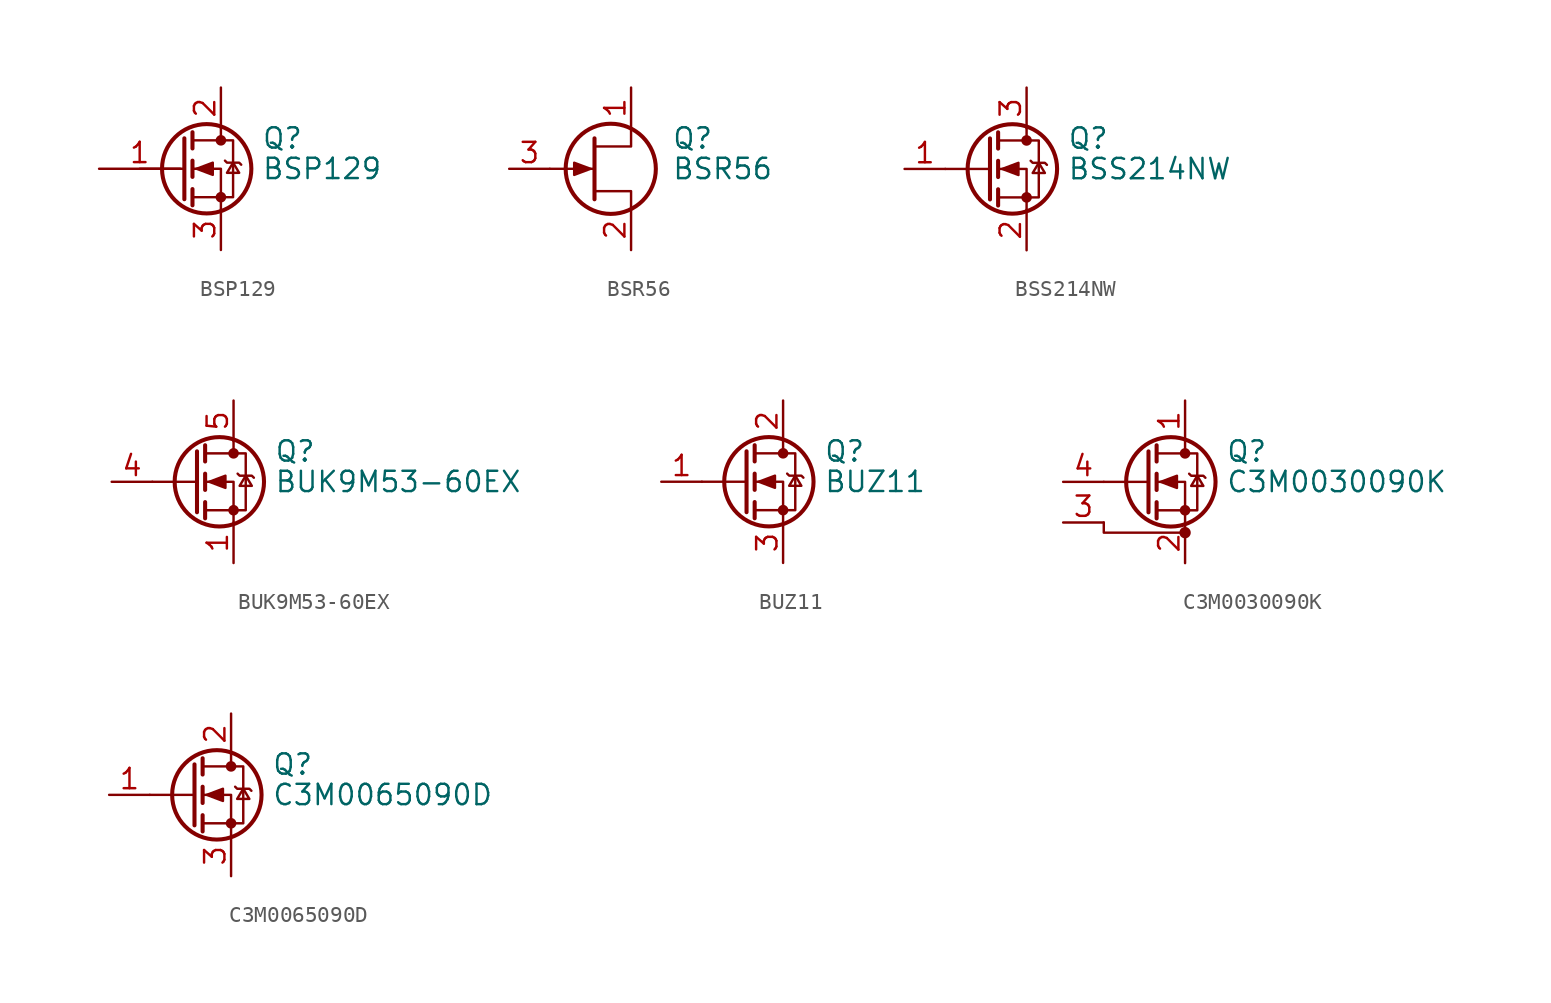
<source format=kicad_sym>
(kicad_symbol_lib
  (version 20241209)
  (generator "kicad_symbol_editor")
  (generator_version "9.0")
  (symbol "BSP129"
    (pin_names
      (hide yes))
    (property "Reference" "Q"
      (at 5.08 1.905 0)
      (effects (font (size 1.27 1.27)) (justify left)))
    (property "Value" "BSP129"
      (at 5.08 0 0)
      (effects (font (size 1.27 1.27)) (justify left)))
    (symbol "BSP129_0_1"
      (polyline (pts (xy 0.254 1.905) (xy 0.254 -1.905)) (stroke (width 0.254) (type default)) (fill (type none)))
      (polyline (pts (xy 0.254 0) (xy -2.54 0)) (stroke (width 0) (type default)) (fill (type none)))
      (polyline (pts (xy 0.762 2.286) (xy 0.762 1.27)) (stroke (width 0.254) (type default)) (fill (type none)))
      (polyline (pts (xy 0.762 0.508) (xy 0.762 -0.508)) (stroke (width 0.254) (type default)) (fill (type none)))
      (polyline (pts (xy 0.762 -1.27) (xy 0.762 -2.286)) (stroke (width 0.254) (type default)) (fill (type none)))
      (polyline (pts (xy 0.762 -1.778) (xy 3.302 -1.778) (xy 3.302 1.778) (xy 0.762 1.778)) (stroke (width 0) (type default)) (fill (type none)))
      (polyline (pts (xy 1.016 0) (xy 2.032 0.381) (xy 2.032 -0.381) (xy 1.016 0)) (stroke (width 0) (type default)) (fill (type outline)))
      (circle (center 1.651 0) (radius 2.794) (stroke (width 0.254) (type default)) (fill (type none)))
      (polyline (pts (xy 2.54 2.54) (xy 2.54 1.778)) (stroke (width 0) (type default)) (fill (type none)))
      (circle (center 2.54 1.778) (radius 0.254) (stroke (width 0) (type default)) (fill (type outline)))
      (circle (center 2.54 -1.778) (radius 0.254) (stroke (width 0) (type default)) (fill (type outline)))
      (polyline (pts (xy 2.54 -2.54) (xy 2.54 0) (xy 0.762 0)) (stroke (width 0) (type default)) (fill (type none)))
      (polyline (pts (xy 2.794 0.508) (xy 2.921 0.381) (xy 3.683 0.381) (xy 3.81 0.254)) (stroke (width 0) (type default)) (fill (type none)))
      (polyline (pts (xy 3.302 0.381) (xy 2.921 -0.254) (xy 3.683 -0.254) (xy 3.302 0.381)) (stroke (width 0) (type default)) (fill (type none))))
    (symbol "BSP129_1_1"
      (pin input line (at -5.08 0 0) (length 5.08) (name "G" (effects (font (size 1.27 1.27)))) (number "1" (effects (font (size 1.27 1.27)))))
      (pin passive line (at 2.54 5.08 270) (length 2.54) (name "D" (effects (font (size 1.27 1.27)))) (number "2" (effects (font (size 1.27 1.27)))))
      (pin passive line (at 2.54 -5.08 90) (length 2.54) (name "S" (effects (font (size 1.27 1.27)))) (number "3" (effects (font (size 1.27 1.27)))))))
  (symbol "BSR56"
    (pin_names
      (hide yes))
    (property "Reference" "Q"
      (at 5.08 1.905 0)
      (effects (font (size 1.27 1.27)) (justify left)))
    (property "Value" "BSR56"
      (at 5.08 0 0)
      (effects (font (size 1.27 1.27)) (justify left)))
    (symbol "BSR56_0_1"
      (polyline (pts (xy 0 0) (xy -1.016 0.381) (xy -1.016 -0.381) (xy 0 0)) (stroke (width 0) (type default)) (fill (type outline)))
      (polyline (pts (xy 0.254 1.905) (xy 0.254 -1.905)) (stroke (width 0.254) (type default)) (fill (type none)))
      (polyline (pts (xy 0.254 0) (xy -2.54 0)) (stroke (width 0) (type default)) (fill (type none)))
      (circle (center 1.27 0) (radius 2.819) (stroke (width 0.254) (type default)) (fill (type none)))
      (polyline (pts (xy 2.54 2.54) (xy 2.54 1.397) (xy 0.254 1.397)) (stroke (width 0) (type default)) (fill (type none)))
      (polyline (pts (xy 2.54 -2.54) (xy 2.54 -1.397) (xy 0.254 -1.397)) (stroke (width 0) (type default)) (fill (type none))))
    (symbol "BSR56_1_1"
      (pin input line (at -5.08 0 0) (length 2.54) (name "G" (effects (font (size 1.27 1.27)))) (number "3" (effects (font (size 1.27 1.27)))))
      (pin passive line (at 2.54 5.08 270) (length 2.54) (name "D" (effects (font (size 1.27 1.27)))) (number "1" (effects (font (size 1.27 1.27)))))
      (pin passive line (at 2.54 -5.08 90) (length 2.54) (name "S" (effects (font (size 1.27 1.27)))) (number "2" (effects (font (size 1.27 1.27)))))))
  (symbol "BSS214NW"
    (pin_names
      (hide yes))
    (property "Reference" "Q"
      (at 5.08 1.905 0)
      (effects (font (size 1.27 1.27)) (justify left)))
    (property "Value" "BSS214NW"
      (at 5.08 0 0)
      (effects (font (size 1.27 1.27)) (justify left)))
    (symbol "BSS214NW_0_1"
      (polyline (pts (xy 0.254 1.905) (xy 0.254 -1.905)) (stroke (width 0.254) (type default)) (fill (type none)))
      (polyline (pts (xy 0.254 0) (xy -2.54 0)) (stroke (width 0) (type default)) (fill (type none)))
      (polyline (pts (xy 0.762 2.286) (xy 0.762 1.27)) (stroke (width 0.254) (type default)) (fill (type none)))
      (polyline (pts (xy 0.762 0.508) (xy 0.762 -0.508)) (stroke (width 0.254) (type default)) (fill (type none)))
      (polyline (pts (xy 0.762 -1.27) (xy 0.762 -2.286)) (stroke (width 0.254) (type default)) (fill (type none)))
      (polyline (pts (xy 0.762 -1.778) (xy 3.302 -1.778) (xy 3.302 1.778) (xy 0.762 1.778)) (stroke (width 0) (type default)) (fill (type none)))
      (polyline (pts (xy 1.016 0) (xy 2.032 0.381) (xy 2.032 -0.381) (xy 1.016 0)) (stroke (width 0) (type default)) (fill (type outline)))
      (circle (center 1.651 0) (radius 2.794) (stroke (width 0.254) (type default)) (fill (type none)))
      (polyline (pts (xy 2.54 2.54) (xy 2.54 1.778)) (stroke (width 0) (type default)) (fill (type none)))
      (circle (center 2.54 1.778) (radius 0.254) (stroke (width 0) (type default)) (fill (type outline)))
      (circle (center 2.54 -1.778) (radius 0.254) (stroke (width 0) (type default)) (fill (type outline)))
      (polyline (pts (xy 2.54 -2.54) (xy 2.54 0) (xy 0.762 0)) (stroke (width 0) (type default)) (fill (type none)))
      (polyline (pts (xy 2.794 0.508) (xy 2.921 0.381) (xy 3.683 0.381) (xy 3.81 0.254)) (stroke (width 0) (type default)) (fill (type none)))
      (polyline (pts (xy 3.302 0.381) (xy 2.921 -0.254) (xy 3.683 -0.254) (xy 3.302 0.381)) (stroke (width 0) (type default)) (fill (type none))))
    (symbol "BSS214NW_1_1"
      (pin input line (at -5.08 0 0) (length 2.54) (name "G" (effects (font (size 1.27 1.27)))) (number "1" (effects (font (size 1.27 1.27)))))
      (pin passive line (at 2.54 5.08 270) (length 2.54) (name "D" (effects (font (size 1.27 1.27)))) (number "3" (effects (font (size 1.27 1.27)))))
      (pin passive line (at 2.54 -5.08 90) (length 2.54) (name "S" (effects (font (size 1.27 1.27)))) (number "2" (effects (font (size 1.27 1.27)))))))
  (symbol "BUK9M53-60EX"
    (pin_names
      (hide yes))
    (property "Reference" "Q"
      (at 5.08 1.905 0)
      (effects (font (size 1.27 1.27)) (justify left)))
    (property "Value" "BUK9M53-60EX"
      (at 5.08 0 0)
      (effects (font (size 1.27 1.27)) (justify left)))
    (symbol "BUK9M53-60EX_0_1"
      (polyline (pts (xy 0.254 1.905) (xy 0.254 -1.905)) (stroke (width 0.254) (type default)) (fill (type none)))
      (polyline (pts (xy 0.254 0) (xy -2.54 0)) (stroke (width 0) (type default)) (fill (type none)))
      (polyline (pts (xy 0.762 2.286) (xy 0.762 1.27)) (stroke (width 0.254) (type default)) (fill (type none)))
      (polyline (pts (xy 0.762 0.508) (xy 0.762 -0.508)) (stroke (width 0.254) (type default)) (fill (type none)))
      (polyline (pts (xy 0.762 -1.27) (xy 0.762 -2.286)) (stroke (width 0.254) (type default)) (fill (type none)))
      (polyline (pts (xy 0.762 -1.778) (xy 3.302 -1.778) (xy 3.302 1.778) (xy 0.762 1.778)) (stroke (width 0) (type default)) (fill (type none)))
      (polyline (pts (xy 1.016 0) (xy 2.032 0.381) (xy 2.032 -0.381) (xy 1.016 0)) (stroke (width 0) (type default)) (fill (type outline)))
      (circle (center 1.651 0) (radius 2.794) (stroke (width 0.254) (type default)) (fill (type none)))
      (polyline (pts (xy 2.54 2.54) (xy 2.54 1.778)) (stroke (width 0) (type default)) (fill (type none)))
      (circle (center 2.54 1.778) (radius 0.254) (stroke (width 0) (type default)) (fill (type outline)))
      (circle (center 2.54 -1.778) (radius 0.254) (stroke (width 0) (type default)) (fill (type outline)))
      (polyline (pts (xy 2.54 -2.54) (xy 2.54 0) (xy 0.762 0)) (stroke (width 0) (type default)) (fill (type none)))
      (polyline (pts (xy 2.794 0.508) (xy 2.921 0.381) (xy 3.683 0.381) (xy 3.81 0.254)) (stroke (width 0) (type default)) (fill (type none)))
      (polyline (pts (xy 3.302 0.381) (xy 2.921 -0.254) (xy 3.683 -0.254) (xy 3.302 0.381)) (stroke (width 0) (type default)) (fill (type none))))
    (symbol "BUK9M53-60EX_1_1"
      (pin passive line (at -5.08 0 0) (length 2.54) (name "G" (effects (font (size 1.27 1.27)))) (number "4" (effects (font (size 1.27 1.27)))))
      (pin passive line (at 2.54 5.08 270) (length 2.54) (name "D" (effects (font (size 1.27 1.27)))) (number "5" (effects (font (size 1.27 1.27)))))
      (pin passive line (at 2.54 -5.08 90) (length 2.54) (name "S" (effects (font (size 1.27 1.27)))) (number "1" (effects (font (size 1.27 1.27)))))
      (pin passive line (at 2.54 -5.08 90) (length 2.54) (hide yes) (name "S" (effects (font (size 1.27 1.27)))) (number "2" (effects (font (size 1.27 1.27)))))
      (pin passive line (at 2.54 -5.08 90) (length 2.54) (hide yes) (name "S" (effects (font (size 1.27 1.27)))) (number "3" (effects (font (size 1.27 1.27)))))))
  (symbol "BUZ11"
    (pin_names
      (hide yes))
    (property "Reference" "Q"
      (at 5.08 1.905 0)
      (effects (font (size 1.27 1.27)) (justify left)))
    (property "Value" "BUZ11"
      (at 5.08 0 0)
      (effects (font (size 1.27 1.27)) (justify left)))
    (symbol "BUZ11_0_1"
      (polyline (pts (xy 0.254 1.905) (xy 0.254 -1.905)) (stroke (width 0.254) (type default)) (fill (type none)))
      (polyline (pts (xy 0.254 0) (xy -2.54 0)) (stroke (width 0) (type default)) (fill (type none)))
      (polyline (pts (xy 0.762 2.286) (xy 0.762 1.27)) (stroke (width 0.254) (type default)) (fill (type none)))
      (polyline (pts (xy 0.762 0.508) (xy 0.762 -0.508)) (stroke (width 0.254) (type default)) (fill (type none)))
      (polyline (pts (xy 0.762 -1.27) (xy 0.762 -2.286)) (stroke (width 0.254) (type default)) (fill (type none)))
      (polyline (pts (xy 0.762 -1.778) (xy 3.302 -1.778) (xy 3.302 1.778) (xy 0.762 1.778)) (stroke (width 0) (type default)) (fill (type none)))
      (polyline (pts (xy 1.016 0) (xy 2.032 0.381) (xy 2.032 -0.381) (xy 1.016 0)) (stroke (width 0) (type default)) (fill (type outline)))
      (circle (center 1.651 0) (radius 2.794) (stroke (width 0.254) (type default)) (fill (type none)))
      (polyline (pts (xy 2.54 2.54) (xy 2.54 1.778)) (stroke (width 0) (type default)) (fill (type none)))
      (circle (center 2.54 1.778) (radius 0.254) (stroke (width 0) (type default)) (fill (type outline)))
      (circle (center 2.54 -1.778) (radius 0.254) (stroke (width 0) (type default)) (fill (type outline)))
      (polyline (pts (xy 2.54 -2.54) (xy 2.54 0) (xy 0.762 0)) (stroke (width 0) (type default)) (fill (type none)))
      (polyline (pts (xy 2.794 0.508) (xy 2.921 0.381) (xy 3.683 0.381) (xy 3.81 0.254)) (stroke (width 0) (type default)) (fill (type none)))
      (polyline (pts (xy 3.302 0.381) (xy 2.921 -0.254) (xy 3.683 -0.254) (xy 3.302 0.381)) (stroke (width 0) (type default)) (fill (type none))))
    (symbol "BUZ11_1_1"
      (pin input line (at -5.08 0 0) (length 2.54) (name "G" (effects (font (size 1.27 1.27)))) (number "1" (effects (font (size 1.27 1.27)))))
      (pin passive line (at 2.54 5.08 270) (length 2.54) (name "D" (effects (font (size 1.27 1.27)))) (number "2" (effects (font (size 1.27 1.27)))))
      (pin passive line (at 2.54 -5.08 90) (length 2.54) (name "S" (effects (font (size 1.27 1.27)))) (number "3" (effects (font (size 1.27 1.27)))))))
  (symbol "C3M0030090K"
    (pin_names
      (hide yes))
    (property "Reference" "Q"
      (at 5.08 1.905 0)
      (effects (font (size 1.27 1.27)) (justify left)))
    (property "Value" "C3M0030090K"
      (at 5.08 0 0)
      (effects (font (size 1.27 1.27)) (justify left)))
    (symbol "C3M0030090K_0_1"
      (polyline (pts (xy -2.54 -2.54) (xy -2.54 -3.175) (xy 2.54 -3.175)) (stroke (width 0) (type default)) (fill (type none)))
      (polyline (pts (xy 0.254 1.905) (xy 0.254 -1.905)) (stroke (width 0.254) (type default)) (fill (type none)))
      (polyline (pts (xy 0.254 0) (xy -2.54 0)) (stroke (width 0) (type default)) (fill (type none)))
      (polyline (pts (xy 0.762 2.286) (xy 0.762 1.27)) (stroke (width 0.254) (type default)) (fill (type none)))
      (polyline (pts (xy 0.762 0.508) (xy 0.762 -0.508)) (stroke (width 0.254) (type default)) (fill (type none)))
      (polyline (pts (xy 0.762 -1.27) (xy 0.762 -2.286)) (stroke (width 0.254) (type default)) (fill (type none)))
      (polyline (pts (xy 0.762 -1.778) (xy 3.302 -1.778) (xy 3.302 1.778) (xy 0.762 1.778)) (stroke (width 0) (type default)) (fill (type none)))
      (polyline (pts (xy 1.016 0) (xy 2.032 0.381) (xy 2.032 -0.381) (xy 1.016 0)) (stroke (width 0) (type default)) (fill (type outline)))
      (circle (center 1.651 0) (radius 2.794) (stroke (width 0.254) (type default)) (fill (type none)))
      (polyline (pts (xy 2.54 2.54) (xy 2.54 1.778)) (stroke (width 0) (type default)) (fill (type none)))
      (circle (center 2.54 1.778) (radius 0.254) (stroke (width 0) (type default)) (fill (type outline)))
      (circle (center 2.54 -1.778) (radius 0.254) (stroke (width 0) (type default)) (fill (type outline)))
      (polyline (pts (xy 2.54 -2.54) (xy 2.54 0) (xy 0.762 0)) (stroke (width 0) (type default)) (fill (type none)))
      (circle (center 2.54 -3.175) (radius 0.279) (stroke (width 0) (type default)) (fill (type outline)))
      (polyline (pts (xy 2.794 0.508) (xy 2.921 0.381) (xy 3.683 0.381) (xy 3.81 0.254)) (stroke (width 0) (type default)) (fill (type none)))
      (polyline (pts (xy 3.302 0.381) (xy 2.921 -0.254) (xy 3.683 -0.254) (xy 3.302 0.381)) (stroke (width 0) (type default)) (fill (type none))))
    (symbol "C3M0030090K_1_1"
      (pin input line (at -5.08 0 0) (length 2.54) (name "G" (effects (font (size 1.27 1.27)))) (number "4" (effects (font (size 1.27 1.27)))))
      (pin passive line (at -5.08 -2.54 0) (length 2.54) (name "DS" (effects (font (size 1.27 1.27)))) (number "3" (effects (font (size 1.27 1.27)))))
      (pin passive line (at 2.54 5.08 270) (length 2.54) (name "D" (effects (font (size 1.27 1.27)))) (number "1" (effects (font (size 1.27 1.27)))))
      (pin passive line (at 2.54 -5.08 90) (length 2.54) (name "S" (effects (font (size 1.27 1.27)))) (number "2" (effects (font (size 1.27 1.27)))))))
  (symbol "C3M0065090D"
    (pin_names
      (hide yes))
    (property "Reference" "Q"
      (at 5.08 1.905 0)
      (effects (font (size 1.27 1.27)) (justify left)))
    (property "Value" "C3M0065090D"
      (at 5.08 0 0)
      (effects (font (size 1.27 1.27)) (justify left)))
    (symbol "C3M0065090D_0_1"
      (polyline (pts (xy 0.254 1.905) (xy 0.254 -1.905)) (stroke (width 0.254) (type default)) (fill (type none)))
      (polyline (pts (xy 0.254 0) (xy -2.54 0)) (stroke (width 0) (type default)) (fill (type none)))
      (polyline (pts (xy 0.762 2.286) (xy 0.762 1.27)) (stroke (width 0.254) (type default)) (fill (type none)))
      (polyline (pts (xy 0.762 0.508) (xy 0.762 -0.508)) (stroke (width 0.254) (type default)) (fill (type none)))
      (polyline (pts (xy 0.762 -1.27) (xy 0.762 -2.286)) (stroke (width 0.254) (type default)) (fill (type none)))
      (polyline (pts (xy 0.762 -1.778) (xy 3.302 -1.778) (xy 3.302 1.778) (xy 0.762 1.778)) (stroke (width 0) (type default)) (fill (type none)))
      (polyline (pts (xy 1.016 0) (xy 2.032 0.381) (xy 2.032 -0.381) (xy 1.016 0)) (stroke (width 0) (type default)) (fill (type outline)))
      (circle (center 1.651 0) (radius 2.794) (stroke (width 0.254) (type default)) (fill (type none)))
      (polyline (pts (xy 2.54 2.54) (xy 2.54 1.778)) (stroke (width 0) (type default)) (fill (type none)))
      (circle (center 2.54 1.778) (radius 0.254) (stroke (width 0) (type default)) (fill (type outline)))
      (circle (center 2.54 -1.778) (radius 0.254) (stroke (width 0) (type default)) (fill (type outline)))
      (polyline (pts (xy 2.54 -2.54) (xy 2.54 0) (xy 0.762 0)) (stroke (width 0) (type default)) (fill (type none)))
      (polyline (pts (xy 2.794 0.508) (xy 2.921 0.381) (xy 3.683 0.381) (xy 3.81 0.254)) (stroke (width 0) (type default)) (fill (type none)))
      (polyline (pts (xy 3.302 0.381) (xy 2.921 -0.254) (xy 3.683 -0.254) (xy 3.302 0.381)) (stroke (width 0) (type default)) (fill (type none))))
    (symbol "C3M0065090D_1_1"
      (pin input line (at -5.08 0 0) (length 2.54) (name "G" (effects (font (size 1.27 1.27)))) (number "1" (effects (font (size 1.27 1.27)))))
      (pin passive line (at 2.54 5.08 270) (length 2.54) (name "D" (effects (font (size 1.27 1.27)))) (number "2" (effects (font (size 1.27 1.27)))))
      (pin passive line (at 2.54 -5.08 90) (length 2.54) (name "S" (effects (font (size 1.27 1.27)))) (number "3" (effects (font (size 1.27 1.27))))))))
</source>
